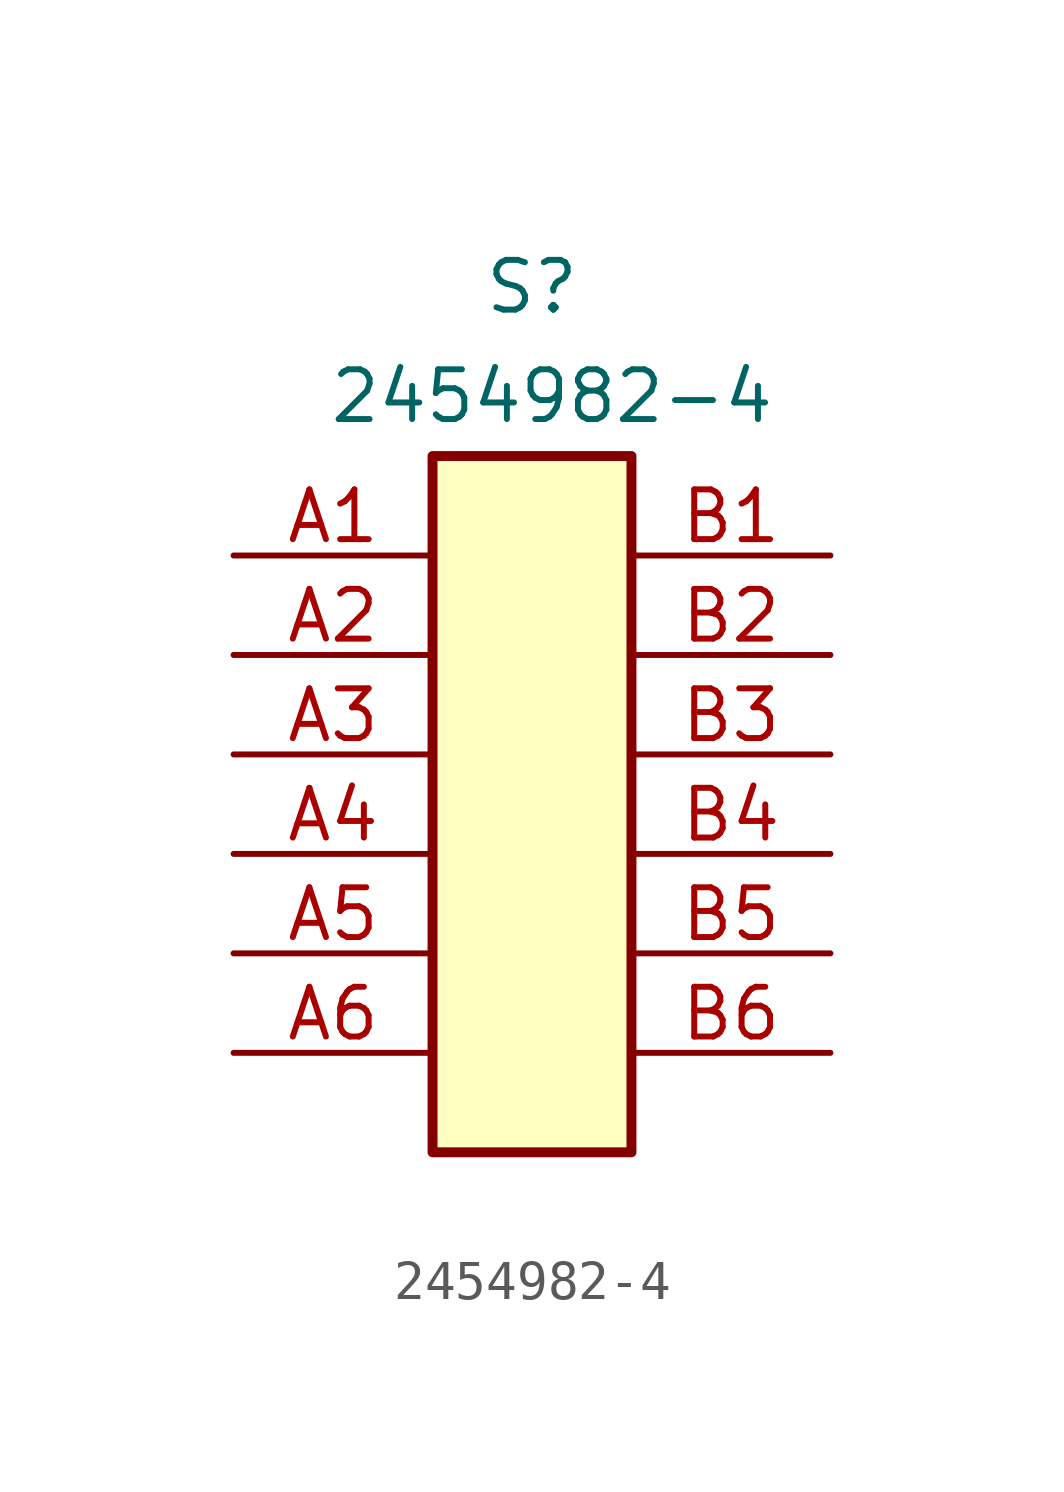
<source format=kicad_sym>
(kicad_symbol_lib
  (version 20241209)
  (generator "kicad_symbol_editor")
  (generator_version "9.0")
  (symbol "2454982-4"
    (property "Reference" "S"
      (at 7.62 6.858 0)
      (effects (font (size 1.27 1.27))))
    (property "Value" "2454982-4"
      (at 8.128 4.064 0)
      (effects (font (size 1.27 1.27))))
    (symbol "2454982-4_1_1"
      (rectangle (start 5.08 2.54) (end 10.16 -15.24) (stroke (width 0.254) (type default)) (fill (type background)))
      (pin passive line (at 0 0 0) (length 5.08) (name "" (effects (font (size 1.27 1.27)))) (number "A1" (effects (font (size 1.27 1.27)))))
      (pin passive line (at 0 -2.54 0) (length 5.08) (name "" (effects (font (size 1.27 1.27)))) (number "A2" (effects (font (size 1.27 1.27)))))
      (pin passive line (at 0 -5.08 0) (length 5.08) (name "" (effects (font (size 1.27 1.27)))) (number "A3" (effects (font (size 1.27 1.27)))))
      (pin passive line (at 0 -7.62 0) (length 5.08) (name "" (effects (font (size 1.27 1.27)))) (number "A4" (effects (font (size 1.27 1.27)))))
      (pin passive line (at 0 -10.16 0) (length 5.08) (name "" (effects (font (size 1.27 1.27)))) (number "A5" (effects (font (size 1.27 1.27)))))
      (pin passive line (at 0 -12.7 0) (length 5.08) (name "" (effects (font (size 1.27 1.27)))) (number "A6" (effects (font (size 1.27 1.27)))))
      (pin passive line (at 15.24 0 180) (length 5.08) (name "" (effects (font (size 1.27 1.27)))) (number "B1" (effects (font (size 1.27 1.27)))))
      (pin passive line (at 15.24 -2.54 180) (length 5.08) (name "" (effects (font (size 1.27 1.27)))) (number "B2" (effects (font (size 1.27 1.27)))))
      (pin passive line (at 15.24 -5.08 180) (length 5.08) (name "" (effects (font (size 1.27 1.27)))) (number "B3" (effects (font (size 1.27 1.27)))))
      (pin passive line (at 15.24 -7.62 180) (length 5.08) (name "" (effects (font (size 1.27 1.27)))) (number "B4" (effects (font (size 1.27 1.27)))))
      (pin passive line (at 15.24 -10.16 180) (length 5.08) (name "" (effects (font (size 1.27 1.27)))) (number "B5" (effects (font (size 1.27 1.27)))))
      (pin passive line (at 15.24 -12.7 180) (length 5.08) (name "" (effects (font (size 1.27 1.27)))) (number "B6" (effects (font (size 1.27 1.27))))))))
</source>
